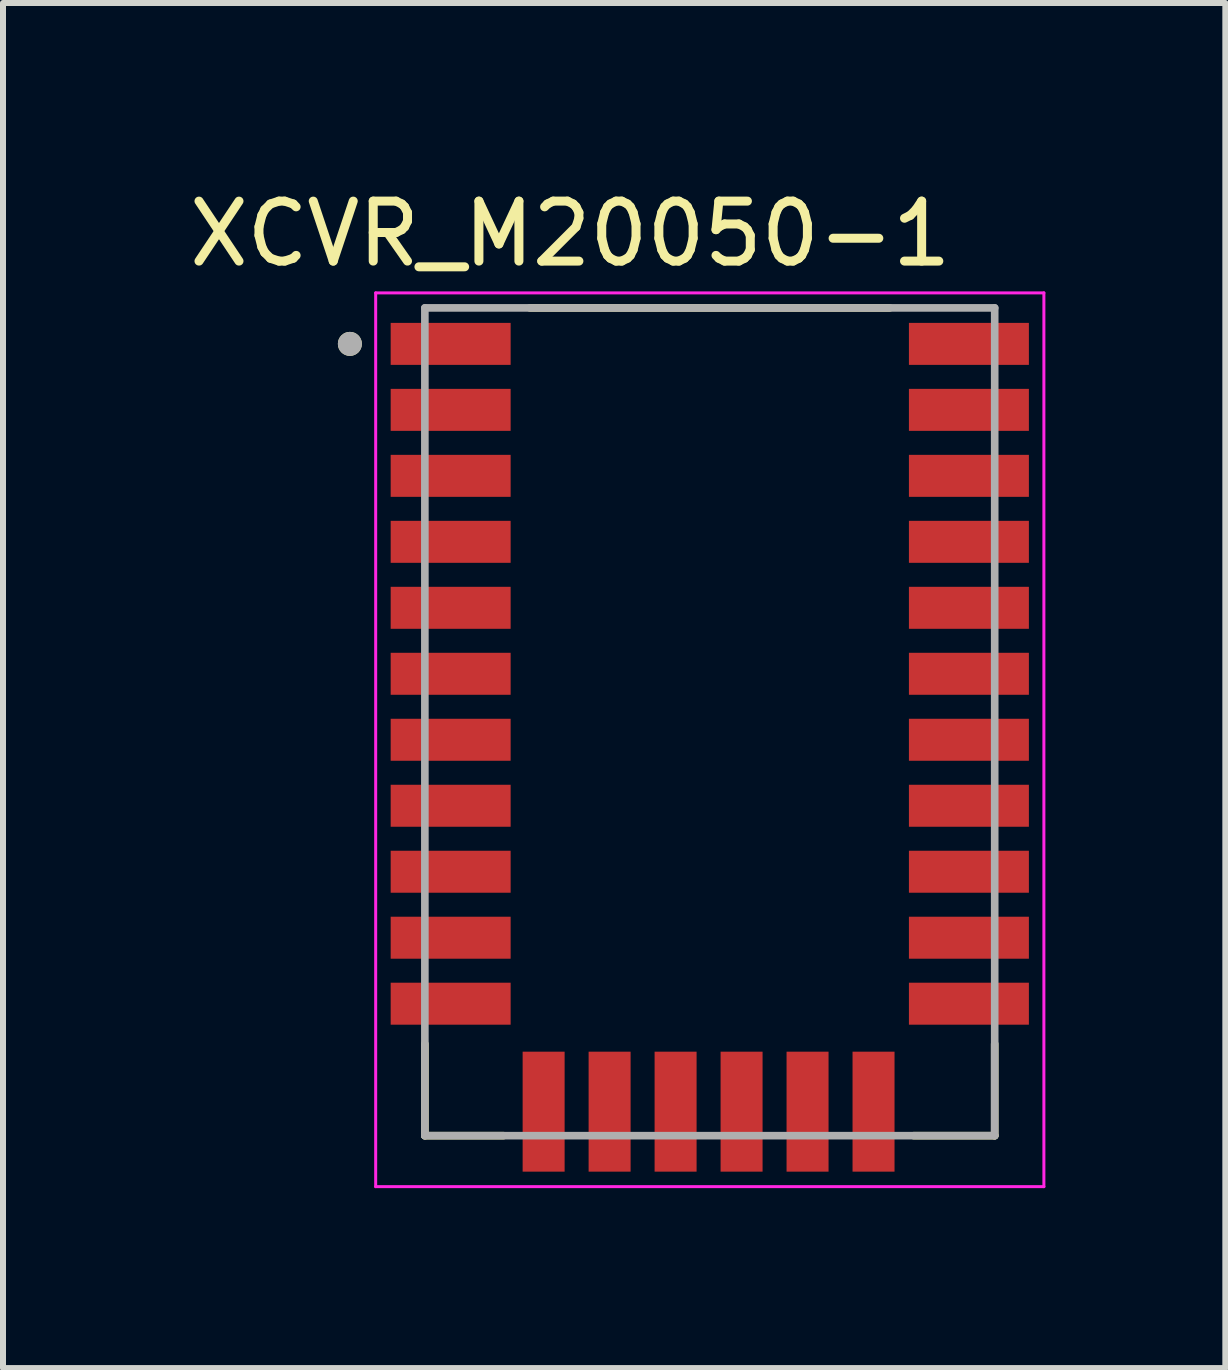
<source format=kicad_pcb>
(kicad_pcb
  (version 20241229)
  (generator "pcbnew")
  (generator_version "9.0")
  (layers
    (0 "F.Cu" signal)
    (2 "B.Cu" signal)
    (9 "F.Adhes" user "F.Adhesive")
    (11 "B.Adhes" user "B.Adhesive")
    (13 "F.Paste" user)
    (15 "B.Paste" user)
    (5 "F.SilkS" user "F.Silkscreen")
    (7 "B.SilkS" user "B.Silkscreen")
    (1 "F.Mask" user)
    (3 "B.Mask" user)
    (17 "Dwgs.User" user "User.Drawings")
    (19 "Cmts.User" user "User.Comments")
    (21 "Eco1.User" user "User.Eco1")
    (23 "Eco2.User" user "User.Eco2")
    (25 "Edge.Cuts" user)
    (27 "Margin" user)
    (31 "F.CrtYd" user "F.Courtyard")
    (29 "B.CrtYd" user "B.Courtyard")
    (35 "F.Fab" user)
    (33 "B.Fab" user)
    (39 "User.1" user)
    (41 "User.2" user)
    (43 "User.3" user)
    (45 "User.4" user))
  (footprint "XCVR_M20050-1"
    (layer "F.Cu")
    (at 8.783 8.983)
    (property "Reference" "XCVR_M20050-1" (at -2.325 -8.135 0) (layer "F.SilkS") (effects (font (size 1 1) (thickness 0.15))))
    (attr through_hole)
    (fp_line (start -4.75 6.9) (end -4.75 5.37) (stroke (width 0.127) (type solid)) (layer "F.SilkS"))
    (fp_line (start -3.44 6.9) (end -4.75 6.9) (stroke (width 0.127) (type solid)) (layer "F.SilkS"))
    (fp_line (start -3 -6.9) (end 3 -6.9) (stroke (width 0.127) (type solid)) (layer "F.SilkS"))
    (fp_line (start 4.75 6.9) (end 3.4 6.9) (stroke (width 0.127) (type solid)) (layer "F.SilkS"))
    (fp_line (start 4.75 6.9) (end 4.75 5.37) (stroke (width 0.127) (type solid)) (layer "F.SilkS"))
    (fp_circle (center -6 -6.3) (end -5.9 -6.3) (stroke (width 0.2) (type solid)) (fill no) (layer "F.SilkS"))
    (fp_line (start -5.57 -7.15) (end -5.57 7.75) (stroke (width 0.05) (type solid)) (layer "F.CrtYd"))
    (fp_line (start -5.57 7.75) (end 5.57 7.75) (stroke (width 0.05) (type solid)) (layer "F.CrtYd"))
    (fp_line (start 5.57 -7.15) (end -5.57 -7.15) (stroke (width 0.05) (type solid)) (layer "F.CrtYd"))
    (fp_line (start 5.57 7.75) (end 5.57 -7.15) (stroke (width 0.05) (type solid)) (layer "F.CrtYd"))
    (fp_line (start -4.75 -6.9) (end 4.75 -6.9) (stroke (width 0.127) (type solid)) (layer "F.Fab"))
    (fp_line (start -4.75 6.9) (end -4.75 -6.9) (stroke (width 0.127) (type solid)) (layer "F.Fab"))
    (fp_line (start 4.75 -6.9) (end 4.75 6.9) (stroke (width 0.127) (type solid)) (layer "F.Fab"))
    (fp_line (start 4.75 6.9) (end -4.75 6.9) (stroke (width 0.127) (type solid)) (layer "F.Fab"))
    (fp_circle (center -6 -6.3) (end -5.9 -6.3) (stroke (width 0.2) (type solid)) (fill no) (layer "F.Fab"))
    (pad "1" smd rect (at -4.32 -6.3) (size 2 0.7) (layers "F.Cu" "F.Mask" "F.Paste"))
    (pad "2" smd rect (at -4.32 -5.2) (size 2 0.7) (layers "F.Cu" "F.Mask" "F.Paste"))
    (pad "3" smd rect (at -4.32 -4.1) (size 2 0.7) (layers "F.Cu" "F.Mask" "F.Paste"))
    (pad "4" smd rect (at -4.32 -3) (size 2 0.7) (layers "F.Cu" "F.Mask" "F.Paste"))
    (pad "5" smd rect (at -4.32 -1.9) (size 2 0.7) (layers "F.Cu" "F.Mask" "F.Paste"))
    (pad "6" smd rect (at -4.32 -0.8) (size 2 0.7) (layers "F.Cu" "F.Mask" "F.Paste"))
    (pad "7" smd rect (at -4.32 0.3) (size 2 0.7) (layers "F.Cu" "F.Mask" "F.Paste"))
    (pad "8" smd rect (at -4.32 1.4) (size 2 0.7) (layers "F.Cu" "F.Mask" "F.Paste"))
    (pad "9" smd rect (at -4.32 2.5) (size 2 0.7) (layers "F.Cu" "F.Mask" "F.Paste"))
    (pad "10" smd rect (at -4.32 3.6) (size 2 0.7) (layers "F.Cu" "F.Mask" "F.Paste"))
    (pad "11" smd rect (at -4.32 4.7) (size 2 0.7) (layers "F.Cu" "F.Mask" "F.Paste"))
    (pad "12" smd rect (at -2.77 6.5) (size 0.7 2) (layers "F.Cu" "F.Mask" "F.Paste"))
    (pad "13" smd rect (at -1.67 6.5) (size 0.7 2) (layers "F.Cu" "F.Mask" "F.Paste"))
    (pad "14" smd rect (at -0.57 6.5) (size 0.7 2) (layers "F.Cu" "F.Mask" "F.Paste"))
    (pad "15" smd rect (at 0.53 6.5) (size 0.7 2) (layers "F.Cu" "F.Mask" "F.Paste"))
    (pad "16" smd rect (at 1.63 6.5) (size 0.7 2) (layers "F.Cu" "F.Mask" "F.Paste"))
    (pad "17" smd rect (at 2.73 6.5) (size 0.7 2) (layers "F.Cu" "F.Mask" "F.Paste"))
    (pad "18" smd rect (at 4.32 4.7) (size 2 0.7) (layers "F.Cu" "F.Mask" "F.Paste"))
    (pad "19" smd rect (at 4.32 3.6) (size 2 0.7) (layers "F.Cu" "F.Mask" "F.Paste"))
    (pad "20" smd rect (at 4.32 2.5) (size 2 0.7) (layers "F.Cu" "F.Mask" "F.Paste"))
    (pad "21" smd rect (at 4.32 1.4) (size 2 0.7) (layers "F.Cu" "F.Mask" "F.Paste"))
    (pad "22" smd rect (at 4.32 0.3) (size 2 0.7) (layers "F.Cu" "F.Mask" "F.Paste"))
    (pad "23" smd rect (at 4.32 -0.8) (size 2 0.7) (layers "F.Cu" "F.Mask" "F.Paste"))
    (pad "24" smd rect (at 4.32 -1.9) (size 2 0.7) (layers "F.Cu" "F.Mask" "F.Paste"))
    (pad "25" smd rect (at 4.32 -3) (size 2 0.7) (layers "F.Cu" "F.Mask" "F.Paste"))
    (pad "26" smd rect (at 4.32 -4.1) (size 2 0.7) (layers "F.Cu" "F.Mask" "F.Paste"))
    (pad "27" smd rect (at 4.32 -5.2) (size 2 0.7) (layers "F.Cu" "F.Mask" "F.Paste"))
    (pad "28" smd rect (at 4.32 -6.3) (size 2 0.7) (layers "F.Cu" "F.Mask" "F.Paste"))
    (zone (net_name "") (layer "F.Cu") (hatch full 0.508) (connect_pads) (min_thickness 0.01) (filled_areas_thickness no) (keepout (tracks not_allowed) (vias not_allowed) (pads not_allowed) (copperpour not_allowed) (footprints allowed)) (placement (enabled no)) (fill) (polygon (pts (xy 5.863 2.083) (xy 11.863 2.083) (xy 11.863 6.953) (xy 5.863 6.953))))
    (zone (net_name "") (layers "F.Cu" "B.Cu") (hatch full 0.508) (connect_pads) (min_thickness 0.01) (filled_areas_thickness no) (keepout (tracks allowed) (vias not_allowed) (pads allowed) (copperpour allowed) (footprints allowed)) (placement (enabled no)) (fill) (polygon (pts (xy 5.863 2.083) (xy 11.863 2.083) (xy 11.863 6.953) (xy 5.863 6.953))))
    (zone (net_name "") (layer "B.Cu") (hatch full 0.508) (connect_pads) (min_thickness 0.01) (filled_areas_thickness no) (keepout (tracks not_allowed) (vias not_allowed) (pads not_allowed) (copperpour not_allowed) (footprints allowed)) (placement (enabled no)) (fill) (polygon (pts (xy 5.863 2.083) (xy 11.863 2.083) (xy 11.863 6.953) (xy 5.863 6.953)))))
  (gr_rect
    (start -3 -3)
    (end 17.378 19.758)
    (stroke (width 0.1) (type default))
    (fill no)
    (layer "Edge.Cuts")))
</source>
